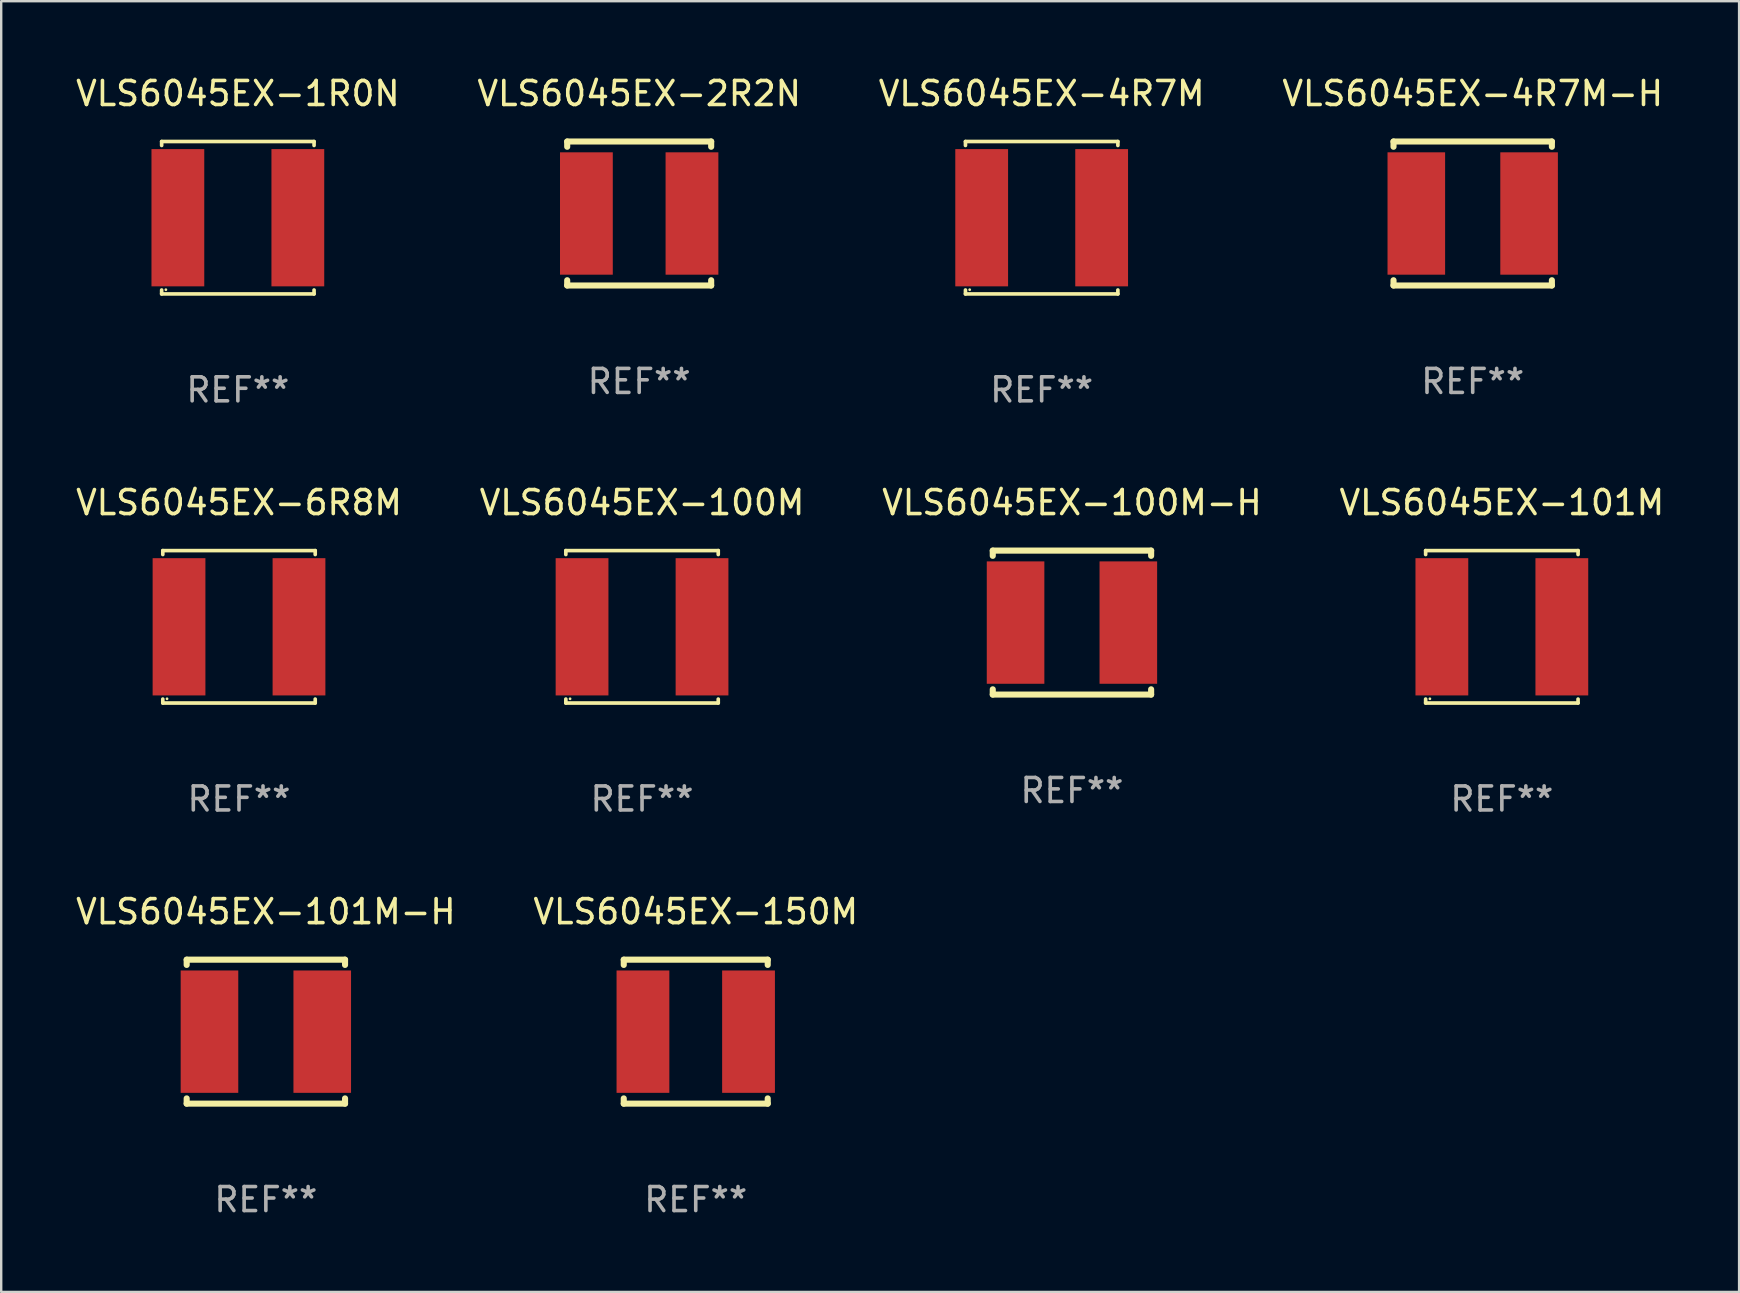
<source format=kicad_pcb>
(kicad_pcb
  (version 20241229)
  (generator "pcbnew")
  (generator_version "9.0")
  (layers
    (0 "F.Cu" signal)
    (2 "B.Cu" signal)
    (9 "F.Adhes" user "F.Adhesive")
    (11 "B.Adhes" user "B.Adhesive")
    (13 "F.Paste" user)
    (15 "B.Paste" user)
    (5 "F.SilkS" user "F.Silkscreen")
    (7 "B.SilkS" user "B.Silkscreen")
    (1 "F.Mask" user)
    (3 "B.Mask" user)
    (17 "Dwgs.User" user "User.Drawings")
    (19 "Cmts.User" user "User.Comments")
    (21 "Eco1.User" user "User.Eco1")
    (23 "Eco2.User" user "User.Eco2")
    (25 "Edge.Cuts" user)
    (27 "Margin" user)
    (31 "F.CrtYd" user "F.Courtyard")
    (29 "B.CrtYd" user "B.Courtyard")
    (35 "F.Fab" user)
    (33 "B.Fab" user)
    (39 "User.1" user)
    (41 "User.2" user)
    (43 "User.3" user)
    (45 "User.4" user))
  (footprint "VLS6045EX-4R7M"
    (layer "F.Cu")
    (at 40.363 6.024)
    (property "Reference" "VLS6045EX-4R7M" (at 0 -5.176 0) (layer "F.SilkS") (effects (font (size 1 1) (thickness 0.15))))
    (attr through_hole)
    (fp_line (start -3.176 -3.176) (end 3.176 -3.176) (stroke (width 0.152) (type solid)) (layer "F.SilkS"))
    (fp_line (start -3.176 -3.012) (end -3.176 -3.176) (stroke (width 0.152) (type solid)) (layer "F.SilkS"))
    (fp_line (start -3.176 3.012) (end -3.176 3.176) (stroke (width 0.152) (type solid)) (layer "F.SilkS"))
    (fp_line (start -3.176 3.176) (end 3.176 3.176) (stroke (width 0.152) (type solid)) (layer "F.SilkS"))
    (fp_line (start 3.176 -3.176) (end 3.176 -3.012) (stroke (width 0.152) (type solid)) (layer "F.SilkS"))
    (fp_line (start 3.176 3.176) (end 3.176 3.012) (stroke (width 0.152) (type solid)) (layer "F.SilkS"))
    (fp_circle (center -3 3) (end -2.97 3) (stroke (width 0.06) (type solid)) (fill no) (layer "F.SilkS"))
    (fp_text user "REF**" (at 0 7.176 0) (layer "F.Fab") (effects (font (size 1 1) (thickness 0.15))))
    (pad "1" smd rect (at -2.5 0) (size 2.2 5.72) (layers "F.Cu" "F.Mask" "F.Paste"))
    (pad "2" smd rect (at 2.5 0) (size 2.2 5.72) (layers "F.Cu" "F.Mask" "F.Paste")))
  (footprint "VLS6045EX-101M"
    (layer "F.Cu")
    (at 59.542 23.073)
    (property "Reference" "VLS6045EX-101M" (at 0 -5.176 0) (layer "F.SilkS") (effects (font (size 1 1) (thickness 0.15))))
    (attr through_hole)
    (fp_line (start -3.176 -3.176) (end 3.176 -3.176) (stroke (width 0.152) (type solid)) (layer "F.SilkS"))
    (fp_line (start -3.176 -3.012) (end -3.176 -3.176) (stroke (width 0.152) (type solid)) (layer "F.SilkS"))
    (fp_line (start -3.176 3.012) (end -3.176 3.176) (stroke (width 0.152) (type solid)) (layer "F.SilkS"))
    (fp_line (start -3.176 3.176) (end 3.176 3.176) (stroke (width 0.152) (type solid)) (layer "F.SilkS"))
    (fp_line (start 3.176 -3.176) (end 3.176 -3.012) (stroke (width 0.152) (type solid)) (layer "F.SilkS"))
    (fp_line (start 3.176 3.176) (end 3.176 3.012) (stroke (width 0.152) (type solid)) (layer "F.SilkS"))
    (fp_circle (center -3 3) (end -2.97 3) (stroke (width 0.06) (type solid)) (fill no) (layer "F.SilkS"))
    (fp_text user "REF**" (at 0 7.176 0) (layer "F.Fab") (effects (font (size 1 1) (thickness 0.15))))
    (pad "1" smd rect (at -2.5 0) (size 2.2 5.72) (layers "F.Cu" "F.Mask" "F.Paste"))
    (pad "2" smd rect (at 2.5 0) (size 2.2 5.72) (layers "F.Cu" "F.Mask" "F.Paste")))
  (footprint "VLS6045EX-4R7M-H"
    (layer "F.Cu")
    (at 58.327 5.848)
    (property "Reference" "VLS6045EX-4R7M-H" (at 0 -5 0) (layer "F.SilkS") (effects (font (size 1 1) (thickness 0.15))))
    (attr through_hole)
    (fp_line (start -3.3 -3) (end 3.3 -3) (stroke (width 0.254) (type solid)) (layer "F.SilkS"))
    (fp_line (start -3.3 -2.781) (end -3.3 -3) (stroke (width 0.254) (type solid)) (layer "F.SilkS"))
    (fp_line (start -3.3 3) (end -3.3 2.781) (stroke (width 0.254) (type solid)) (layer "F.SilkS"))
    (fp_line (start 3.3 -3) (end 3.3 -2.781) (stroke (width 0.254) (type solid)) (layer "F.SilkS"))
    (fp_line (start 3.3 2.781) (end 3.3 3) (stroke (width 0.254) (type solid)) (layer "F.SilkS"))
    (fp_line (start 3.3 3) (end -3.3 3) (stroke (width 0.254) (type solid)) (layer "F.SilkS"))
    (fp_circle (center -3.15 3) (end -3.12 3) (stroke (width 0.06) (type solid)) (fill no) (layer "F.SilkS"))
    (fp_text user "REF**" (at 0 7 0) (layer "F.Fab") (effects (font (size 1 1) (thickness 0.15))))
    (pad "1" smd rect (at -2.35 0) (size 2.4 5.1) (layers "F.Cu" "F.Mask" "F.Paste"))
    (pad "2" smd rect (at 2.35 0) (size 2.4 5.1) (layers "F.Cu" "F.Mask" "F.Paste")))
  (footprint "VLS6045EX-101M-H"
    (layer "F.Cu")
    (at 8.03 39.946)
    (property "Reference" "VLS6045EX-101M-H" (at 0 -5 0) (layer "F.SilkS") (effects (font (size 1 1) (thickness 0.15))))
    (attr through_hole)
    (fp_line (start -3.3 -3) (end 3.3 -3) (stroke (width 0.254) (type solid)) (layer "F.SilkS"))
    (fp_line (start -3.3 -2.781) (end -3.3 -3) (stroke (width 0.254) (type solid)) (layer "F.SilkS"))
    (fp_line (start -3.3 3) (end -3.3 2.781) (stroke (width 0.254) (type solid)) (layer "F.SilkS"))
    (fp_line (start 3.3 -3) (end 3.3 -2.781) (stroke (width 0.254) (type solid)) (layer "F.SilkS"))
    (fp_line (start 3.3 2.781) (end 3.3 3) (stroke (width 0.254) (type solid)) (layer "F.SilkS"))
    (fp_line (start 3.3 3) (end -3.3 3) (stroke (width 0.254) (type solid)) (layer "F.SilkS"))
    (fp_circle (center -3.15 3) (end -3.12 3) (stroke (width 0.06) (type solid)) (fill no) (layer "F.SilkS"))
    (fp_text user "REF**" (at 0 7 0) (layer "F.Fab") (effects (font (size 1 1) (thickness 0.15))))
    (pad "1" smd rect (at -2.35 0) (size 2.4 5.1) (layers "F.Cu" "F.Mask" "F.Paste"))
    (pad "2" smd rect (at 2.35 0) (size 2.4 5.1) (layers "F.Cu" "F.Mask" "F.Paste")))
  (footprint "VLS6045EX-100M-H"
    (layer "F.Cu")
    (at 41.625 22.897)
    (property "Reference" "VLS6045EX-100M-H" (at 0 -5 0) (layer "F.SilkS") (effects (font (size 1 1) (thickness 0.15))))
    (attr through_hole)
    (fp_line (start -3.3 -3) (end 3.3 -3) (stroke (width 0.254) (type solid)) (layer "F.SilkS"))
    (fp_line (start -3.3 -2.781) (end -3.3 -3) (stroke (width 0.254) (type solid)) (layer "F.SilkS"))
    (fp_line (start -3.3 3) (end -3.3 2.781) (stroke (width 0.254) (type solid)) (layer "F.SilkS"))
    (fp_line (start 3.3 -3) (end 3.3 -2.781) (stroke (width 0.254) (type solid)) (layer "F.SilkS"))
    (fp_line (start 3.3 2.781) (end 3.3 3) (stroke (width 0.254) (type solid)) (layer "F.SilkS"))
    (fp_line (start 3.3 3) (end -3.3 3) (stroke (width 0.254) (type solid)) (layer "F.SilkS"))
    (fp_circle (center -3.15 3) (end -3.12 3) (stroke (width 0.06) (type solid)) (fill no) (layer "F.SilkS"))
    (fp_text user "REF**" (at 0 7 0) (layer "F.Fab") (effects (font (size 1 1) (thickness 0.15))))
    (pad "1" smd rect (at -2.35 0) (size 2.4 5.1) (layers "F.Cu" "F.Mask" "F.Paste"))
    (pad "2" smd rect (at 2.35 0) (size 2.4 5.1) (layers "F.Cu" "F.Mask" "F.Paste")))
  (footprint "VLS6045EX-6R8M"
    (layer "F.Cu")
    (at 6.911 23.073)
    (property "Reference" "VLS6045EX-6R8M" (at 0 -5.176 0) (layer "F.SilkS") (effects (font (size 1 1) (thickness 0.15))))
    (attr through_hole)
    (fp_line (start -3.176 -3.176) (end 3.176 -3.176) (stroke (width 0.152) (type solid)) (layer "F.SilkS"))
    (fp_line (start -3.176 -3.012) (end -3.176 -3.176) (stroke (width 0.152) (type solid)) (layer "F.SilkS"))
    (fp_line (start -3.176 3.012) (end -3.176 3.176) (stroke (width 0.152) (type solid)) (layer "F.SilkS"))
    (fp_line (start -3.176 3.176) (end 3.176 3.176) (stroke (width 0.152) (type solid)) (layer "F.SilkS"))
    (fp_line (start 3.176 -3.176) (end 3.176 -3.012) (stroke (width 0.152) (type solid)) (layer "F.SilkS"))
    (fp_line (start 3.176 3.176) (end 3.176 3.012) (stroke (width 0.152) (type solid)) (layer "F.SilkS"))
    (fp_circle (center -3 3) (end -2.97 3) (stroke (width 0.06) (type solid)) (fill no) (layer "F.SilkS"))
    (fp_text user "REF**" (at 0 7.176 0) (layer "F.Fab") (effects (font (size 1 1) (thickness 0.15))))
    (pad "1" smd rect (at -2.5 0) (size 2.2 5.72) (layers "F.Cu" "F.Mask" "F.Paste"))
    (pad "2" smd rect (at 2.5 0) (size 2.2 5.72) (layers "F.Cu" "F.Mask" "F.Paste")))
  (footprint "VLS6045EX-150M"
    (layer "F.Cu")
    (at 25.946 39.946)
    (property "Reference" "VLS6045EX-150M" (at 0 -5 0) (layer "F.SilkS") (effects (font (size 1 1) (thickness 0.15))))
    (attr through_hole)
    (fp_line (start -3 -3) (end -3 -2.781) (stroke (width 0.254) (type solid)) (layer "F.SilkS"))
    (fp_line (start -3 3) (end -3 2.781) (stroke (width 0.254) (type solid)) (layer "F.SilkS"))
    (fp_line (start 3 -3) (end -3 -3) (stroke (width 0.254) (type solid)) (layer "F.SilkS"))
    (fp_line (start 3 -3) (end 3 -2.781) (stroke (width 0.254) (type solid)) (layer "F.SilkS"))
    (fp_line (start 3 2.781) (end 3 3) (stroke (width 0.254) (type solid)) (layer "F.SilkS"))
    (fp_line (start 3 3) (end -3 3) (stroke (width 0.254) (type solid)) (layer "F.SilkS"))
    (fp_circle (center -3 3) (end -2.97 3) (stroke (width 0.06) (type solid)) (fill no) (layer "F.SilkS"))
    (fp_text user "REF**" (at 0 7 0) (layer "F.Fab") (effects (font (size 1 1) (thickness 0.15))))
    (pad "1" smd rect (at -2.2 0 90) (size 5.1 2.2) (layers "F.Cu" "F.Mask" "F.Paste"))
    (pad "2" smd rect (at 2.2 0 90) (size 5.1 2.2) (layers "F.Cu" "F.Mask" "F.Paste")))
  (footprint "VLS6045EX-2R2N"
    (layer "F.Cu")
    (at 23.589 5.848)
    (property "Reference" "VLS6045EX-2R2N" (at 0 -5 0) (layer "F.SilkS") (effects (font (size 1 1) (thickness 0.15))))
    (attr through_hole)
    (fp_line (start -3 -3) (end -3 -2.781) (stroke (width 0.254) (type solid)) (layer "F.SilkS"))
    (fp_line (start -3 3) (end -3 2.781) (stroke (width 0.254) (type solid)) (layer "F.SilkS"))
    (fp_line (start 3 -3) (end -3 -3) (stroke (width 0.254) (type solid)) (layer "F.SilkS"))
    (fp_line (start 3 -3) (end 3 -2.781) (stroke (width 0.254) (type solid)) (layer "F.SilkS"))
    (fp_line (start 3 2.781) (end 3 3) (stroke (width 0.254) (type solid)) (layer "F.SilkS"))
    (fp_line (start 3 3) (end -3 3) (stroke (width 0.254) (type solid)) (layer "F.SilkS"))
    (fp_circle (center -3 3) (end -2.97 3) (stroke (width 0.06) (type solid)) (fill no) (layer "F.SilkS"))
    (fp_text user "REF**" (at 0 7 0) (layer "F.Fab") (effects (font (size 1 1) (thickness 0.15))))
    (pad "1" smd rect (at -2.2 0 90) (size 5.1 2.2) (layers "F.Cu" "F.Mask" "F.Paste"))
    (pad "2" smd rect (at 2.2 0 90) (size 5.1 2.2) (layers "F.Cu" "F.Mask" "F.Paste")))
  (footprint "VLS6045EX-100M"
    (layer "F.Cu")
    (at 23.708 23.073)
    (property "Reference" "VLS6045EX-100M" (at 0 -5.176 0) (layer "F.SilkS") (effects (font (size 1 1) (thickness 0.15))))
    (attr through_hole)
    (fp_line (start -3.176 -3.176) (end 3.176 -3.176) (stroke (width 0.152) (type solid)) (layer "F.SilkS"))
    (fp_line (start -3.176 -3.012) (end -3.176 -3.176) (stroke (width 0.152) (type solid)) (layer "F.SilkS"))
    (fp_line (start -3.176 3.012) (end -3.176 3.176) (stroke (width 0.152) (type solid)) (layer "F.SilkS"))
    (fp_line (start -3.176 3.176) (end 3.176 3.176) (stroke (width 0.152) (type solid)) (layer "F.SilkS"))
    (fp_line (start 3.176 -3.176) (end 3.176 -3.012) (stroke (width 0.152) (type solid)) (layer "F.SilkS"))
    (fp_line (start 3.176 3.176) (end 3.176 3.012) (stroke (width 0.152) (type solid)) (layer "F.SilkS"))
    (fp_circle (center -3 3) (end -2.97 3) (stroke (width 0.06) (type solid)) (fill no) (layer "F.SilkS"))
    (fp_text user "REF**" (at 0 7.176 0) (layer "F.Fab") (effects (font (size 1 1) (thickness 0.15))))
    (pad "1" smd rect (at -2.5 0) (size 2.2 5.72) (layers "F.Cu" "F.Mask" "F.Paste"))
    (pad "2" smd rect (at 2.5 0) (size 2.2 5.72) (layers "F.Cu" "F.Mask" "F.Paste")))
  (footprint "VLS6045EX-1R0N"
    (layer "F.Cu")
    (at 6.863 6.024)
    (property "Reference" "VLS6045EX-1R0N" (at 0 -5.176 0) (layer "F.SilkS") (effects (font (size 1 1) (thickness 0.15))))
    (attr through_hole)
    (fp_line (start -3.176 -3.176) (end 3.176 -3.176) (stroke (width 0.152) (type solid)) (layer "F.SilkS"))
    (fp_line (start -3.176 -3.012) (end -3.176 -3.176) (stroke (width 0.152) (type solid)) (layer "F.SilkS"))
    (fp_line (start -3.176 3.012) (end -3.176 3.176) (stroke (width 0.152) (type solid)) (layer "F.SilkS"))
    (fp_line (start -3.176 3.176) (end 3.176 3.176) (stroke (width 0.152) (type solid)) (layer "F.SilkS"))
    (fp_line (start 3.176 -3.176) (end 3.176 -3.012) (stroke (width 0.152) (type solid)) (layer "F.SilkS"))
    (fp_line (start 3.176 3.176) (end 3.176 3.012) (stroke (width 0.152) (type solid)) (layer "F.SilkS"))
    (fp_circle (center -3 3) (end -2.97 3) (stroke (width 0.06) (type solid)) (fill no) (layer "F.SilkS"))
    (fp_text user "REF**" (at 0 7.176 0) (layer "F.Fab") (effects (font (size 1 1) (thickness 0.15))))
    (pad "1" smd rect (at -2.5 0) (size 2.2 5.72) (layers "F.Cu" "F.Mask" "F.Paste"))
    (pad "2" smd rect (at 2.5 0) (size 2.2 5.72) (layers "F.Cu" "F.Mask" "F.Paste")))
  (gr_rect
    (start -3 -3)
    (end 69.429 50.794)
    (stroke (width 0.1) (type default))
    (fill no)
    (layer "Edge.Cuts")))
</source>
